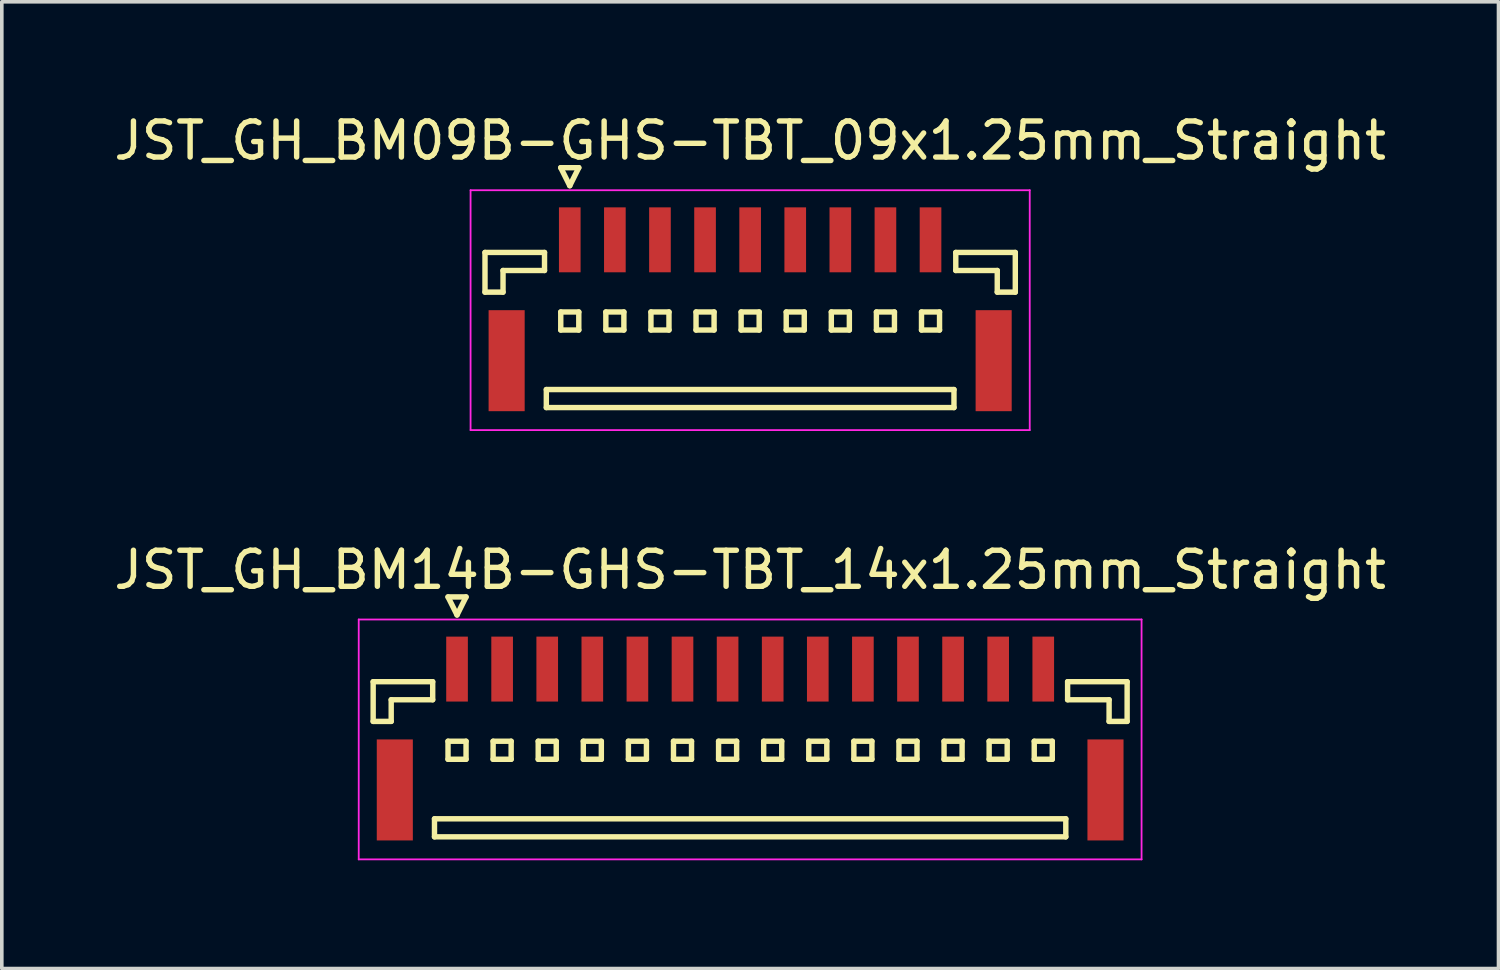
<source format=kicad_pcb>
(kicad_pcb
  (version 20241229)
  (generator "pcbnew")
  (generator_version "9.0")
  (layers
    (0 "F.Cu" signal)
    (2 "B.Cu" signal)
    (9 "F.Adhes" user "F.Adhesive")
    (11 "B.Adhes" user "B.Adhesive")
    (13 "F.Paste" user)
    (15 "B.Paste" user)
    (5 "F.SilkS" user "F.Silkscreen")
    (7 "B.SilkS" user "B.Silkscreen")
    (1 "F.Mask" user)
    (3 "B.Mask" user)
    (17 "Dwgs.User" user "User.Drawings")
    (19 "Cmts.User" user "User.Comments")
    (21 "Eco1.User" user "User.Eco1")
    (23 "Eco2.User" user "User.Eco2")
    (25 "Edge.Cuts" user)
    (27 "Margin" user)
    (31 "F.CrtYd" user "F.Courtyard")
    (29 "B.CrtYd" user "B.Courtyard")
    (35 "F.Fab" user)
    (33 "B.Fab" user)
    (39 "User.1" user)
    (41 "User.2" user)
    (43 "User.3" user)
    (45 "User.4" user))
  (footprint "JST_GH_BM09B-GHS-TBT_09x1.25mm_Straight"
    (layer "F.Cu")
    (at 17.744 5.273)
    (property "Reference" "JST_GH_BM09B-GHS-TBT_09x1.25mm_Straight" (at 0 -4.425 0) (layer "F.SilkS") (effects (font (size 1 1) (thickness 0.15))))
    (attr smd)
    (fp_line (start -7.35 -1.325) (end -5.7 -1.325) (stroke (width 0.15) (type solid)) (layer "F.SilkS"))
    (fp_line (start -7.35 -0.225) (end -7.35 -1.325) (stroke (width 0.15) (type solid)) (layer "F.SilkS"))
    (fp_line (start -6.85 -0.825) (end -6.85 -0.225) (stroke (width 0.15) (type solid)) (layer "F.SilkS"))
    (fp_line (start -6.85 -0.225) (end -7.35 -0.225) (stroke (width 0.15) (type solid)) (layer "F.SilkS"))
    (fp_line (start -5.7 -1.325) (end -5.7 -0.825) (stroke (width 0.15) (type solid)) (layer "F.SilkS"))
    (fp_line (start -5.7 -0.825) (end -6.85 -0.825) (stroke (width 0.15) (type solid)) (layer "F.SilkS"))
    (fp_line (start -5.65 2.475) (end -5.65 2.975) (stroke (width 0.15) (type solid)) (layer "F.SilkS"))
    (fp_line (start -5.65 2.975) (end 5.65 2.975) (stroke (width 0.15) (type solid)) (layer "F.SilkS"))
    (fp_line (start -5.25 -3.675) (end -4.75 -3.675) (stroke (width 0.15) (type solid)) (layer "F.SilkS"))
    (fp_line (start -5.25 0.325) (end -5.25 0.825) (stroke (width 0.15) (type solid)) (layer "F.SilkS"))
    (fp_line (start -5.25 0.825) (end -4.75 0.825) (stroke (width 0.15) (type solid)) (layer "F.SilkS"))
    (fp_line (start -5 -3.175) (end -5.25 -3.675) (stroke (width 0.15) (type solid)) (layer "F.SilkS"))
    (fp_line (start -4.75 -3.675) (end -5 -3.175) (stroke (width 0.15) (type solid)) (layer "F.SilkS"))
    (fp_line (start -4.75 0.325) (end -5.25 0.325) (stroke (width 0.15) (type solid)) (layer "F.SilkS"))
    (fp_line (start -4.75 0.825) (end -4.75 0.325) (stroke (width 0.15) (type solid)) (layer "F.SilkS"))
    (fp_line (start -4 0.325) (end -4 0.825) (stroke (width 0.15) (type solid)) (layer "F.SilkS"))
    (fp_line (start -4 0.825) (end -3.5 0.825) (stroke (width 0.15) (type solid)) (layer "F.SilkS"))
    (fp_line (start -3.5 0.325) (end -4 0.325) (stroke (width 0.15) (type solid)) (layer "F.SilkS"))
    (fp_line (start -3.5 0.825) (end -3.5 0.325) (stroke (width 0.15) (type solid)) (layer "F.SilkS"))
    (fp_line (start -2.75 0.325) (end -2.75 0.825) (stroke (width 0.15) (type solid)) (layer "F.SilkS"))
    (fp_line (start -2.75 0.825) (end -2.25 0.825) (stroke (width 0.15) (type solid)) (layer "F.SilkS"))
    (fp_line (start -2.25 0.325) (end -2.75 0.325) (stroke (width 0.15) (type solid)) (layer "F.SilkS"))
    (fp_line (start -2.25 0.825) (end -2.25 0.325) (stroke (width 0.15) (type solid)) (layer "F.SilkS"))
    (fp_line (start -1.5 0.325) (end -1.5 0.825) (stroke (width 0.15) (type solid)) (layer "F.SilkS"))
    (fp_line (start -1.5 0.825) (end -1 0.825) (stroke (width 0.15) (type solid)) (layer "F.SilkS"))
    (fp_line (start -1 0.325) (end -1.5 0.325) (stroke (width 0.15) (type solid)) (layer "F.SilkS"))
    (fp_line (start -1 0.825) (end -1 0.325) (stroke (width 0.15) (type solid)) (layer "F.SilkS"))
    (fp_line (start -0.25 0.325) (end -0.25 0.825) (stroke (width 0.15) (type solid)) (layer "F.SilkS"))
    (fp_line (start -0.25 0.825) (end 0.25 0.825) (stroke (width 0.15) (type solid)) (layer "F.SilkS"))
    (fp_line (start 0.25 0.325) (end -0.25 0.325) (stroke (width 0.15) (type solid)) (layer "F.SilkS"))
    (fp_line (start 0.25 0.825) (end 0.25 0.325) (stroke (width 0.15) (type solid)) (layer "F.SilkS"))
    (fp_line (start 1 0.325) (end 1 0.825) (stroke (width 0.15) (type solid)) (layer "F.SilkS"))
    (fp_line (start 1 0.825) (end 1.5 0.825) (stroke (width 0.15) (type solid)) (layer "F.SilkS"))
    (fp_line (start 1.5 0.325) (end 1 0.325) (stroke (width 0.15) (type solid)) (layer "F.SilkS"))
    (fp_line (start 1.5 0.825) (end 1.5 0.325) (stroke (width 0.15) (type solid)) (layer "F.SilkS"))
    (fp_line (start 2.25 0.325) (end 2.25 0.825) (stroke (width 0.15) (type solid)) (layer "F.SilkS"))
    (fp_line (start 2.25 0.825) (end 2.75 0.825) (stroke (width 0.15) (type solid)) (layer "F.SilkS"))
    (fp_line (start 2.75 0.325) (end 2.25 0.325) (stroke (width 0.15) (type solid)) (layer "F.SilkS"))
    (fp_line (start 2.75 0.825) (end 2.75 0.325) (stroke (width 0.15) (type solid)) (layer "F.SilkS"))
    (fp_line (start 3.5 0.325) (end 3.5 0.825) (stroke (width 0.15) (type solid)) (layer "F.SilkS"))
    (fp_line (start 3.5 0.825) (end 4 0.825) (stroke (width 0.15) (type solid)) (layer "F.SilkS"))
    (fp_line (start 4 0.325) (end 3.5 0.325) (stroke (width 0.15) (type solid)) (layer "F.SilkS"))
    (fp_line (start 4 0.825) (end 4 0.325) (stroke (width 0.15) (type solid)) (layer "F.SilkS"))
    (fp_line (start 4.75 0.325) (end 4.75 0.825) (stroke (width 0.15) (type solid)) (layer "F.SilkS"))
    (fp_line (start 4.75 0.825) (end 5.25 0.825) (stroke (width 0.15) (type solid)) (layer "F.SilkS"))
    (fp_line (start 5.25 0.325) (end 4.75 0.325) (stroke (width 0.15) (type solid)) (layer "F.SilkS"))
    (fp_line (start 5.25 0.825) (end 5.25 0.325) (stroke (width 0.15) (type solid)) (layer "F.SilkS"))
    (fp_line (start 5.65 2.475) (end -5.65 2.475) (stroke (width 0.15) (type solid)) (layer "F.SilkS"))
    (fp_line (start 5.65 2.975) (end 5.65 2.475) (stroke (width 0.15) (type solid)) (layer "F.SilkS"))
    (fp_line (start 5.7 -1.325) (end 5.7 -0.825) (stroke (width 0.15) (type solid)) (layer "F.SilkS"))
    (fp_line (start 5.7 -0.825) (end 6.85 -0.825) (stroke (width 0.15) (type solid)) (layer "F.SilkS"))
    (fp_line (start 6.85 -0.825) (end 6.85 -0.225) (stroke (width 0.15) (type solid)) (layer "F.SilkS"))
    (fp_line (start 6.85 -0.225) (end 7.35 -0.225) (stroke (width 0.15) (type solid)) (layer "F.SilkS"))
    (fp_line (start 7.35 -1.325) (end 5.7 -1.325) (stroke (width 0.15) (type solid)) (layer "F.SilkS"))
    (fp_line (start 7.35 -0.225) (end 7.35 -1.325) (stroke (width 0.15) (type solid)) (layer "F.SilkS"))
    (fp_line (start -7.75 -3.05) (end -7.75 3.6) (stroke (width 0.05) (type solid)) (layer "F.CrtYd"))
    (fp_line (start -7.75 3.6) (end 7.75 3.6) (stroke (width 0.05) (type solid)) (layer "F.CrtYd"))
    (fp_line (start 7.75 -3.05) (end -7.75 -3.05) (stroke (width 0.05) (type solid)) (layer "F.CrtYd"))
    (fp_line (start 7.75 3.6) (end 7.75 -3.05) (stroke (width 0.05) (type solid)) (layer "F.CrtYd"))
    (pad "" smd rect (at -6.75 1.675) (size 1 2.8) (layers "F.Cu" "F.Mask" "F.Paste"))
    (pad "" smd rect (at 6.75 1.675) (size 1 2.8) (layers "F.Cu" "F.Mask" "F.Paste"))
    (pad "1" smd rect (at -5 -1.675) (size 0.6 1.8) (layers "F.Cu" "F.Mask" "F.Paste"))
    (pad "2" smd rect (at -3.75 -1.675) (size 0.6 1.8) (layers "F.Cu" "F.Mask" "F.Paste"))
    (pad "3" smd rect (at -2.5 -1.675) (size 0.6 1.8) (layers "F.Cu" "F.Mask" "F.Paste"))
    (pad "4" smd rect (at -1.25 -1.675) (size 0.6 1.8) (layers "F.Cu" "F.Mask" "F.Paste"))
    (pad "5" smd rect (at 0 -1.675) (size 0.6 1.8) (layers "F.Cu" "F.Mask" "F.Paste"))
    (pad "6" smd rect (at 1.25 -1.675) (size 0.6 1.8) (layers "F.Cu" "F.Mask" "F.Paste"))
    (pad "7" smd rect (at 2.5 -1.675) (size 0.6 1.8) (layers "F.Cu" "F.Mask" "F.Paste"))
    (pad "8" smd rect (at 3.75 -1.675) (size 0.6 1.8) (layers "F.Cu" "F.Mask" "F.Paste"))
    (pad "9" smd rect (at 5 -1.675) (size 0.6 1.8) (layers "F.Cu" "F.Mask" "F.Paste")))
  (footprint "JST_GH_BM14B-GHS-TBT_14x1.25mm_Straight"
    (layer "F.Cu")
    (at 17.744 17.172)
    (property "Reference" "JST_GH_BM14B-GHS-TBT_14x1.25mm_Straight" (at 0 -4.425 0) (layer "F.SilkS") (effects (font (size 1 1) (thickness 0.15))))
    (attr smd)
    (fp_line (start -10.45 -1.325) (end -8.8 -1.325) (stroke (width 0.15) (type solid)) (layer "F.SilkS"))
    (fp_line (start -10.45 -0.225) (end -10.45 -1.325) (stroke (width 0.15) (type solid)) (layer "F.SilkS"))
    (fp_line (start -9.95 -0.825) (end -9.95 -0.225) (stroke (width 0.15) (type solid)) (layer "F.SilkS"))
    (fp_line (start -9.95 -0.225) (end -10.45 -0.225) (stroke (width 0.15) (type solid)) (layer "F.SilkS"))
    (fp_line (start -8.8 -1.325) (end -8.8 -0.825) (stroke (width 0.15) (type solid)) (layer "F.SilkS"))
    (fp_line (start -8.8 -0.825) (end -9.95 -0.825) (stroke (width 0.15) (type solid)) (layer "F.SilkS"))
    (fp_line (start -8.75 2.475) (end -8.75 2.975) (stroke (width 0.15) (type solid)) (layer "F.SilkS"))
    (fp_line (start -8.75 2.975) (end 8.75 2.975) (stroke (width 0.15) (type solid)) (layer "F.SilkS"))
    (fp_line (start -8.375 -3.675) (end -7.875 -3.675) (stroke (width 0.15) (type solid)) (layer "F.SilkS"))
    (fp_line (start -8.375 0.325) (end -8.375 0.825) (stroke (width 0.15) (type solid)) (layer "F.SilkS"))
    (fp_line (start -8.375 0.825) (end -7.875 0.825) (stroke (width 0.15) (type solid)) (layer "F.SilkS"))
    (fp_line (start -8.125 -3.175) (end -8.375 -3.675) (stroke (width 0.15) (type solid)) (layer "F.SilkS"))
    (fp_line (start -7.875 -3.675) (end -8.125 -3.175) (stroke (width 0.15) (type solid)) (layer "F.SilkS"))
    (fp_line (start -7.875 0.325) (end -8.375 0.325) (stroke (width 0.15) (type solid)) (layer "F.SilkS"))
    (fp_line (start -7.875 0.825) (end -7.875 0.325) (stroke (width 0.15) (type solid)) (layer "F.SilkS"))
    (fp_line (start -7.125 0.325) (end -7.125 0.825) (stroke (width 0.15) (type solid)) (layer "F.SilkS"))
    (fp_line (start -7.125 0.825) (end -6.625 0.825) (stroke (width 0.15) (type solid)) (layer "F.SilkS"))
    (fp_line (start -6.625 0.325) (end -7.125 0.325) (stroke (width 0.15) (type solid)) (layer "F.SilkS"))
    (fp_line (start -6.625 0.825) (end -6.625 0.325) (stroke (width 0.15) (type solid)) (layer "F.SilkS"))
    (fp_line (start -5.875 0.325) (end -5.875 0.825) (stroke (width 0.15) (type solid)) (layer "F.SilkS"))
    (fp_line (start -5.875 0.825) (end -5.375 0.825) (stroke (width 0.15) (type solid)) (layer "F.SilkS"))
    (fp_line (start -5.375 0.325) (end -5.875 0.325) (stroke (width 0.15) (type solid)) (layer "F.SilkS"))
    (fp_line (start -5.375 0.825) (end -5.375 0.325) (stroke (width 0.15) (type solid)) (layer "F.SilkS"))
    (fp_line (start -4.625 0.325) (end -4.625 0.825) (stroke (width 0.15) (type solid)) (layer "F.SilkS"))
    (fp_line (start -4.625 0.825) (end -4.125 0.825) (stroke (width 0.15) (type solid)) (layer "F.SilkS"))
    (fp_line (start -4.125 0.325) (end -4.625 0.325) (stroke (width 0.15) (type solid)) (layer "F.SilkS"))
    (fp_line (start -4.125 0.825) (end -4.125 0.325) (stroke (width 0.15) (type solid)) (layer "F.SilkS"))
    (fp_line (start -3.375 0.325) (end -3.375 0.825) (stroke (width 0.15) (type solid)) (layer "F.SilkS"))
    (fp_line (start -3.375 0.825) (end -2.875 0.825) (stroke (width 0.15) (type solid)) (layer "F.SilkS"))
    (fp_line (start -2.875 0.325) (end -3.375 0.325) (stroke (width 0.15) (type solid)) (layer "F.SilkS"))
    (fp_line (start -2.875 0.825) (end -2.875 0.325) (stroke (width 0.15) (type solid)) (layer "F.SilkS"))
    (fp_line (start -2.125 0.325) (end -2.125 0.825) (stroke (width 0.15) (type solid)) (layer "F.SilkS"))
    (fp_line (start -2.125 0.825) (end -1.625 0.825) (stroke (width 0.15) (type solid)) (layer "F.SilkS"))
    (fp_line (start -1.625 0.325) (end -2.125 0.325) (stroke (width 0.15) (type solid)) (layer "F.SilkS"))
    (fp_line (start -1.625 0.825) (end -1.625 0.325) (stroke (width 0.15) (type solid)) (layer "F.SilkS"))
    (fp_line (start -0.875 0.325) (end -0.875 0.825) (stroke (width 0.15) (type solid)) (layer "F.SilkS"))
    (fp_line (start -0.875 0.825) (end -0.375 0.825) (stroke (width 0.15) (type solid)) (layer "F.SilkS"))
    (fp_line (start -0.375 0.325) (end -0.875 0.325) (stroke (width 0.15) (type solid)) (layer "F.SilkS"))
    (fp_line (start -0.375 0.825) (end -0.375 0.325) (stroke (width 0.15) (type solid)) (layer "F.SilkS"))
    (fp_line (start 0.375 0.325) (end 0.375 0.825) (stroke (width 0.15) (type solid)) (layer "F.SilkS"))
    (fp_line (start 0.375 0.825) (end 0.875 0.825) (stroke (width 0.15) (type solid)) (layer "F.SilkS"))
    (fp_line (start 0.875 0.325) (end 0.375 0.325) (stroke (width 0.15) (type solid)) (layer "F.SilkS"))
    (fp_line (start 0.875 0.825) (end 0.875 0.325) (stroke (width 0.15) (type solid)) (layer "F.SilkS"))
    (fp_line (start 1.625 0.325) (end 1.625 0.825) (stroke (width 0.15) (type solid)) (layer "F.SilkS"))
    (fp_line (start 1.625 0.825) (end 2.125 0.825) (stroke (width 0.15) (type solid)) (layer "F.SilkS"))
    (fp_line (start 2.125 0.325) (end 1.625 0.325) (stroke (width 0.15) (type solid)) (layer "F.SilkS"))
    (fp_line (start 2.125 0.825) (end 2.125 0.325) (stroke (width 0.15) (type solid)) (layer "F.SilkS"))
    (fp_line (start 2.875 0.325) (end 2.875 0.825) (stroke (width 0.15) (type solid)) (layer "F.SilkS"))
    (fp_line (start 2.875 0.825) (end 3.375 0.825) (stroke (width 0.15) (type solid)) (layer "F.SilkS"))
    (fp_line (start 3.375 0.325) (end 2.875 0.325) (stroke (width 0.15) (type solid)) (layer "F.SilkS"))
    (fp_line (start 3.375 0.825) (end 3.375 0.325) (stroke (width 0.15) (type solid)) (layer "F.SilkS"))
    (fp_line (start 4.125 0.325) (end 4.125 0.825) (stroke (width 0.15) (type solid)) (layer "F.SilkS"))
    (fp_line (start 4.125 0.825) (end 4.625 0.825) (stroke (width 0.15) (type solid)) (layer "F.SilkS"))
    (fp_line (start 4.625 0.325) (end 4.125 0.325) (stroke (width 0.15) (type solid)) (layer "F.SilkS"))
    (fp_line (start 4.625 0.825) (end 4.625 0.325) (stroke (width 0.15) (type solid)) (layer "F.SilkS"))
    (fp_line (start 5.375 0.325) (end 5.375 0.825) (stroke (width 0.15) (type solid)) (layer "F.SilkS"))
    (fp_line (start 5.375 0.825) (end 5.875 0.825) (stroke (width 0.15) (type solid)) (layer "F.SilkS"))
    (fp_line (start 5.875 0.325) (end 5.375 0.325) (stroke (width 0.15) (type solid)) (layer "F.SilkS"))
    (fp_line (start 5.875 0.825) (end 5.875 0.325) (stroke (width 0.15) (type solid)) (layer "F.SilkS"))
    (fp_line (start 6.625 0.325) (end 6.625 0.825) (stroke (width 0.15) (type solid)) (layer "F.SilkS"))
    (fp_line (start 6.625 0.825) (end 7.125 0.825) (stroke (width 0.15) (type solid)) (layer "F.SilkS"))
    (fp_line (start 7.125 0.325) (end 6.625 0.325) (stroke (width 0.15) (type solid)) (layer "F.SilkS"))
    (fp_line (start 7.125 0.825) (end 7.125 0.325) (stroke (width 0.15) (type solid)) (layer "F.SilkS"))
    (fp_line (start 7.875 0.325) (end 7.875 0.825) (stroke (width 0.15) (type solid)) (layer "F.SilkS"))
    (fp_line (start 7.875 0.825) (end 8.375 0.825) (stroke (width 0.15) (type solid)) (layer "F.SilkS"))
    (fp_line (start 8.375 0.325) (end 7.875 0.325) (stroke (width 0.15) (type solid)) (layer "F.SilkS"))
    (fp_line (start 8.375 0.825) (end 8.375 0.325) (stroke (width 0.15) (type solid)) (layer "F.SilkS"))
    (fp_line (start 8.75 2.475) (end -8.75 2.475) (stroke (width 0.15) (type solid)) (layer "F.SilkS"))
    (fp_line (start 8.75 2.975) (end 8.75 2.475) (stroke (width 0.15) (type solid)) (layer "F.SilkS"))
    (fp_line (start 8.8 -1.325) (end 8.8 -0.825) (stroke (width 0.15) (type solid)) (layer "F.SilkS"))
    (fp_line (start 8.8 -0.825) (end 9.95 -0.825) (stroke (width 0.15) (type solid)) (layer "F.SilkS"))
    (fp_line (start 9.95 -0.825) (end 9.95 -0.225) (stroke (width 0.15) (type solid)) (layer "F.SilkS"))
    (fp_line (start 9.95 -0.225) (end 10.45 -0.225) (stroke (width 0.15) (type solid)) (layer "F.SilkS"))
    (fp_line (start 10.45 -1.325) (end 8.8 -1.325) (stroke (width 0.15) (type solid)) (layer "F.SilkS"))
    (fp_line (start 10.45 -0.225) (end 10.45 -1.325) (stroke (width 0.15) (type solid)) (layer "F.SilkS"))
    (fp_line (start -10.85 -3.05) (end -10.85 3.6) (stroke (width 0.05) (type solid)) (layer "F.CrtYd"))
    (fp_line (start -10.85 3.6) (end 10.85 3.6) (stroke (width 0.05) (type solid)) (layer "F.CrtYd"))
    (fp_line (start 10.85 -3.05) (end -10.85 -3.05) (stroke (width 0.05) (type solid)) (layer "F.CrtYd"))
    (fp_line (start 10.85 3.6) (end 10.85 -3.05) (stroke (width 0.05) (type solid)) (layer "F.CrtYd"))
    (pad "" smd rect (at -9.85 1.675) (size 1 2.8) (layers "F.Cu" "F.Mask" "F.Paste"))
    (pad "" smd rect (at 9.85 1.675) (size 1 2.8) (layers "F.Cu" "F.Mask" "F.Paste"))
    (pad "1" smd rect (at -8.125 -1.675) (size 0.6 1.8) (layers "F.Cu" "F.Mask" "F.Paste"))
    (pad "2" smd rect (at -6.875 -1.675) (size 0.6 1.8) (layers "F.Cu" "F.Mask" "F.Paste"))
    (pad "3" smd rect (at -5.625 -1.675) (size 0.6 1.8) (layers "F.Cu" "F.Mask" "F.Paste"))
    (pad "4" smd rect (at -4.375 -1.675) (size 0.6 1.8) (layers "F.Cu" "F.Mask" "F.Paste"))
    (pad "5" smd rect (at -3.125 -1.675) (size 0.6 1.8) (layers "F.Cu" "F.Mask" "F.Paste"))
    (pad "6" smd rect (at -1.875 -1.675) (size 0.6 1.8) (layers "F.Cu" "F.Mask" "F.Paste"))
    (pad "7" smd rect (at -0.625 -1.675) (size 0.6 1.8) (layers "F.Cu" "F.Mask" "F.Paste"))
    (pad "8" smd rect (at 0.625 -1.675) (size 0.6 1.8) (layers "F.Cu" "F.Mask" "F.Paste"))
    (pad "9" smd rect (at 1.875 -1.675) (size 0.6 1.8) (layers "F.Cu" "F.Mask" "F.Paste"))
    (pad "10" smd rect (at 3.125 -1.675) (size 0.6 1.8) (layers "F.Cu" "F.Mask" "F.Paste"))
    (pad "11" smd rect (at 4.375 -1.675) (size 0.6 1.8) (layers "F.Cu" "F.Mask" "F.Paste"))
    (pad "12" smd rect (at 5.625 -1.675) (size 0.6 1.8) (layers "F.Cu" "F.Mask" "F.Paste"))
    (pad "13" smd rect (at 6.875 -1.675) (size 0.6 1.8) (layers "F.Cu" "F.Mask" "F.Paste"))
    (pad "14" smd rect (at 8.125 -1.675) (size 0.6 1.8) (layers "F.Cu" "F.Mask" "F.Paste")))
  (gr_rect
    (start -3 -3)
    (end 38.488 23.797)
    (stroke (width 0.1) (type default))
    (fill no)
    (layer "Edge.Cuts")))
</source>
